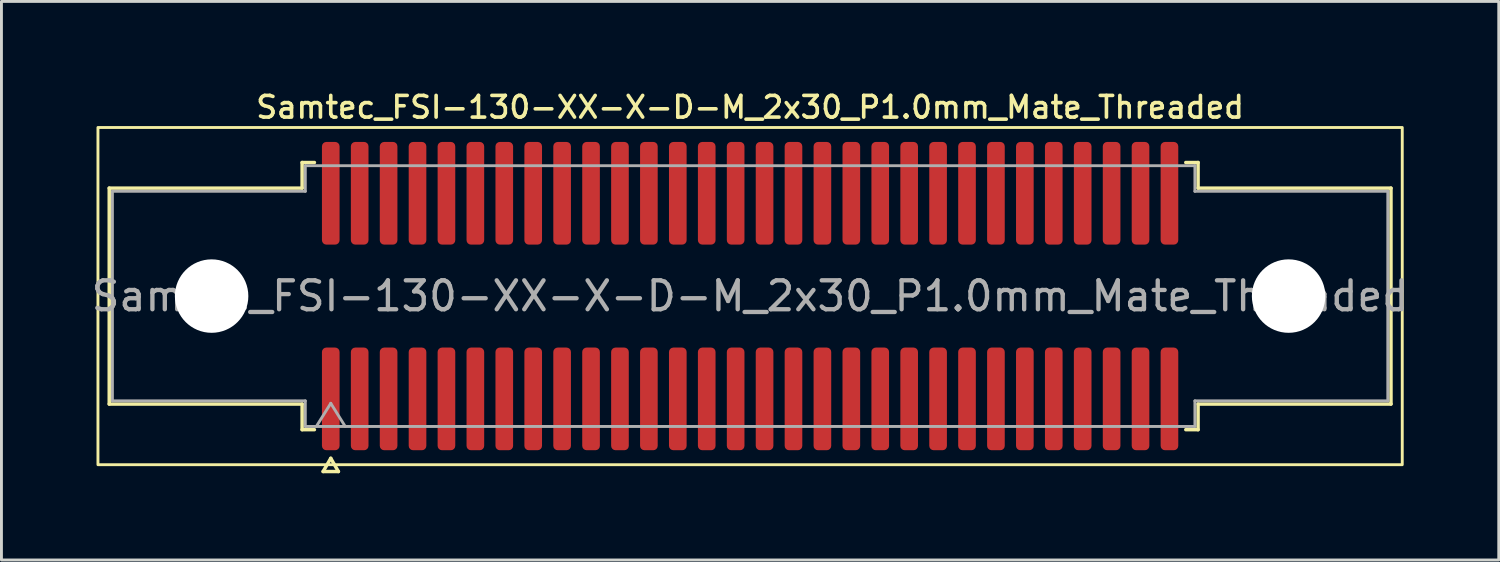
<source format=kicad_pcb>
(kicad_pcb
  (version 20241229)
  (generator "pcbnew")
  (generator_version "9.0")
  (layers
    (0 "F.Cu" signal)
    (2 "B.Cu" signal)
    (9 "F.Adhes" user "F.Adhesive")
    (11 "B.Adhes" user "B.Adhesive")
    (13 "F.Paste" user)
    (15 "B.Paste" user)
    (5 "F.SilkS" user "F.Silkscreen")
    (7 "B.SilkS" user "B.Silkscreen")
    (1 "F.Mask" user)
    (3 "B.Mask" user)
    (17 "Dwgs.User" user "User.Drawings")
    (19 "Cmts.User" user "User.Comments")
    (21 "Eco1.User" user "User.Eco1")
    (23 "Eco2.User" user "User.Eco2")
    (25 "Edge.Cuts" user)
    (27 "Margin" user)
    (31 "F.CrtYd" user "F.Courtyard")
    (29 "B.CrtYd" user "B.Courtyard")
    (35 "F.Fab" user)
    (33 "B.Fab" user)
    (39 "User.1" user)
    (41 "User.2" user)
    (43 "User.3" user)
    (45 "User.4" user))
  (footprint "Samtec_FSI-130-XX-X-D-M_2x30_P1.0mm_Mate_Threaded"
    (layer "F.Cu")
    (at 22.887 7.188)
    (property "Reference" "Samtec_FSI-130-XX-X-D-M_2x30_P1.0mm_Mate_Threaded" (at 0 -6.53 0) (layer "F.SilkS") (effects (font (size 0.75 0.75) (thickness 0.125))))
    (attr exclude_from_pos_files exclude_from_bom)
    (fp_line (start -22.16 -3.733) (end -15.49 -3.733) (stroke (width 0.12) (type solid)) (layer "F.SilkS"))
    (fp_line (start -22.16 3.733) (end -22.16 -3.733) (stroke (width 0.12) (type solid)) (layer "F.SilkS"))
    (fp_line (start -15.49 -4.619) (end -15.065 -4.619) (stroke (width 0.12) (type solid)) (layer "F.SilkS"))
    (fp_line (start -15.49 -3.733) (end -15.49 -4.619) (stroke (width 0.12) (type solid)) (layer "F.SilkS"))
    (fp_line (start -15.49 3.733) (end -22.16 3.733) (stroke (width 0.12) (type solid)) (layer "F.SilkS"))
    (fp_line (start -15.49 4.619) (end -15.49 3.733) (stroke (width 0.12) (type solid)) (layer "F.SilkS"))
    (fp_line (start -15.065 4.619) (end -15.49 4.619) (stroke (width 0.12) (type solid)) (layer "F.SilkS"))
    (fp_line (start -14.764 6.066) (end -14.5 5.609) (stroke (width 0.12) (type solid)) (layer "F.SilkS"))
    (fp_line (start -14.5 5.609) (end -14.236 6.066) (stroke (width 0.12) (type solid)) (layer "F.SilkS"))
    (fp_line (start -14.236 6.066) (end -14.764 6.066) (stroke (width 0.12) (type solid)) (layer "F.SilkS"))
    (fp_line (start 15.065 -4.619) (end 15.49 -4.619) (stroke (width 0.12) (type solid)) (layer "F.SilkS"))
    (fp_line (start 15.49 -4.619) (end 15.49 -3.733) (stroke (width 0.12) (type solid)) (layer "F.SilkS"))
    (fp_line (start 15.49 -3.733) (end 22.16 -3.733) (stroke (width 0.12) (type solid)) (layer "F.SilkS"))
    (fp_line (start 15.49 3.733) (end 15.49 4.619) (stroke (width 0.12) (type solid)) (layer "F.SilkS"))
    (fp_line (start 15.49 4.619) (end 15.065 4.619) (stroke (width 0.12) (type solid)) (layer "F.SilkS"))
    (fp_line (start 22.16 -3.733) (end 22.16 3.733) (stroke (width 0.12) (type solid)) (layer "F.SilkS"))
    (fp_line (start 22.16 3.733) (end 15.49 3.733) (stroke (width 0.12) (type solid)) (layer "F.SilkS"))
    (fp_rect (start -22.55 -5.83) (end 22.55 5.83) (stroke (width 0.1) (type solid)) (fill no) (layer "F.SilkS"))
    (fp_line (start -22.05 -3.623) (end -15.38 -3.623) (stroke (width 0.1) (type solid)) (layer "F.Fab"))
    (fp_line (start -22.05 3.623) (end -22.05 -3.623) (stroke (width 0.1) (type solid)) (layer "F.Fab"))
    (fp_line (start -15.38 -4.508) (end 15.38 -4.508) (stroke (width 0.1) (type solid)) (layer "F.Fab"))
    (fp_line (start -15.38 -3.623) (end -15.38 -4.508) (stroke (width 0.1) (type solid)) (layer "F.Fab"))
    (fp_line (start -15.38 3.623) (end -22.05 3.623) (stroke (width 0.1) (type solid)) (layer "F.Fab"))
    (fp_line (start -15.38 4.508) (end -15.38 3.623) (stroke (width 0.1) (type solid)) (layer "F.Fab"))
    (fp_line (start -15 4.508) (end -14.5 3.708) (stroke (width 0.1) (type solid)) (layer "F.Fab"))
    (fp_line (start -14.5 3.708) (end -14 4.508) (stroke (width 0.1) (type solid)) (layer "F.Fab"))
    (fp_line (start 15.38 -4.508) (end 15.38 -3.623) (stroke (width 0.1) (type solid)) (layer "F.Fab"))
    (fp_line (start 15.38 -3.623) (end 22.05 -3.623) (stroke (width 0.1) (type solid)) (layer "F.Fab"))
    (fp_line (start 15.38 3.623) (end 15.38 4.508) (stroke (width 0.1) (type solid)) (layer "F.Fab"))
    (fp_line (start 15.38 4.508) (end -15.38 4.508) (stroke (width 0.1) (type solid)) (layer "F.Fab"))
    (fp_line (start 22.05 -3.623) (end 22.05 3.623) (stroke (width 0.1) (type solid)) (layer "F.Fab"))
    (fp_line (start 22.05 3.623) (end 15.38 3.623) (stroke (width 0.1) (type solid)) (layer "F.Fab"))
    (fp_text user "${REFERENCE}" (at 0 0 0) (layer "F.Fab") (effects (font (size 1 1) (thickness 0.15))))
    (pad "" np_thru_hole circle (at -18.62 0) (size 2.54 2.54) (drill 2.54) (layers "*.Cu" "*.Mask"))
    (pad "" np_thru_hole circle (at 18.62 0) (size 2.54 2.54) (drill 2.54) (layers "*.Cu" "*.Mask"))
    (pad "1" smd roundrect (at -14.5 3.555) (size 0.61 3.55) (layers "F.Cu" "F.Mask") (roundrect_rratio 0.25))
    (pad "2" smd roundrect (at -14.5 -3.555) (size 0.61 3.55) (layers "F.Cu" "F.Mask") (roundrect_rratio 0.25))
    (pad "3" smd roundrect (at -13.5 3.555) (size 0.61 3.55) (layers "F.Cu" "F.Mask") (roundrect_rratio 0.25))
    (pad "4" smd roundrect (at -13.5 -3.555) (size 0.61 3.55) (layers "F.Cu" "F.Mask") (roundrect_rratio 0.25))
    (pad "5" smd roundrect (at -12.5 3.555) (size 0.61 3.55) (layers "F.Cu" "F.Mask") (roundrect_rratio 0.25))
    (pad "6" smd roundrect (at -12.5 -3.555) (size 0.61 3.55) (layers "F.Cu" "F.Mask") (roundrect_rratio 0.25))
    (pad "7" smd roundrect (at -11.5 3.555) (size 0.61 3.55) (layers "F.Cu" "F.Mask") (roundrect_rratio 0.25))
    (pad "8" smd roundrect (at -11.5 -3.555) (size 0.61 3.55) (layers "F.Cu" "F.Mask") (roundrect_rratio 0.25))
    (pad "9" smd roundrect (at -10.5 3.555) (size 0.61 3.55) (layers "F.Cu" "F.Mask") (roundrect_rratio 0.25))
    (pad "10" smd roundrect (at -10.5 -3.555) (size 0.61 3.55) (layers "F.Cu" "F.Mask") (roundrect_rratio 0.25))
    (pad "11" smd roundrect (at -9.5 3.555) (size 0.61 3.55) (layers "F.Cu" "F.Mask") (roundrect_rratio 0.25))
    (pad "12" smd roundrect (at -9.5 -3.555) (size 0.61 3.55) (layers "F.Cu" "F.Mask") (roundrect_rratio 0.25))
    (pad "13" smd roundrect (at -8.5 3.555) (size 0.61 3.55) (layers "F.Cu" "F.Mask") (roundrect_rratio 0.25))
    (pad "14" smd roundrect (at -8.5 -3.555) (size 0.61 3.55) (layers "F.Cu" "F.Mask") (roundrect_rratio 0.25))
    (pad "15" smd roundrect (at -7.5 3.555) (size 0.61 3.55) (layers "F.Cu" "F.Mask") (roundrect_rratio 0.25))
    (pad "16" smd roundrect (at -7.5 -3.555) (size 0.61 3.55) (layers "F.Cu" "F.Mask") (roundrect_rratio 0.25))
    (pad "17" smd roundrect (at -6.5 3.555) (size 0.61 3.55) (layers "F.Cu" "F.Mask") (roundrect_rratio 0.25))
    (pad "18" smd roundrect (at -6.5 -3.555) (size 0.61 3.55) (layers "F.Cu" "F.Mask") (roundrect_rratio 0.25))
    (pad "19" smd roundrect (at -5.5 3.555) (size 0.61 3.55) (layers "F.Cu" "F.Mask") (roundrect_rratio 0.25))
    (pad "20" smd roundrect (at -5.5 -3.555) (size 0.61 3.55) (layers "F.Cu" "F.Mask") (roundrect_rratio 0.25))
    (pad "21" smd roundrect (at -4.5 3.555) (size 0.61 3.55) (layers "F.Cu" "F.Mask") (roundrect_rratio 0.25))
    (pad "22" smd roundrect (at -4.5 -3.555) (size 0.61 3.55) (layers "F.Cu" "F.Mask") (roundrect_rratio 0.25))
    (pad "23" smd roundrect (at -3.5 3.555) (size 0.61 3.55) (layers "F.Cu" "F.Mask") (roundrect_rratio 0.25))
    (pad "24" smd roundrect (at -3.5 -3.555) (size 0.61 3.55) (layers "F.Cu" "F.Mask") (roundrect_rratio 0.25))
    (pad "25" smd roundrect (at -2.5 3.555) (size 0.61 3.55) (layers "F.Cu" "F.Mask") (roundrect_rratio 0.25))
    (pad "26" smd roundrect (at -2.5 -3.555) (size 0.61 3.55) (layers "F.Cu" "F.Mask") (roundrect_rratio 0.25))
    (pad "27" smd roundrect (at -1.5 3.555) (size 0.61 3.55) (layers "F.Cu" "F.Mask") (roundrect_rratio 0.25))
    (pad "28" smd roundrect (at -1.5 -3.555) (size 0.61 3.55) (layers "F.Cu" "F.Mask") (roundrect_rratio 0.25))
    (pad "29" smd roundrect (at -0.5 3.555) (size 0.61 3.55) (layers "F.Cu" "F.Mask") (roundrect_rratio 0.25))
    (pad "30" smd roundrect (at -0.5 -3.555) (size 0.61 3.55) (layers "F.Cu" "F.Mask") (roundrect_rratio 0.25))
    (pad "31" smd roundrect (at 0.5 3.555) (size 0.61 3.55) (layers "F.Cu" "F.Mask") (roundrect_rratio 0.25))
    (pad "32" smd roundrect (at 0.5 -3.555) (size 0.61 3.55) (layers "F.Cu" "F.Mask") (roundrect_rratio 0.25))
    (pad "33" smd roundrect (at 1.5 3.555) (size 0.61 3.55) (layers "F.Cu" "F.Mask") (roundrect_rratio 0.25))
    (pad "34" smd roundrect (at 1.5 -3.555) (size 0.61 3.55) (layers "F.Cu" "F.Mask") (roundrect_rratio 0.25))
    (pad "35" smd roundrect (at 2.5 3.555) (size 0.61 3.55) (layers "F.Cu" "F.Mask") (roundrect_rratio 0.25))
    (pad "36" smd roundrect (at 2.5 -3.555) (size 0.61 3.55) (layers "F.Cu" "F.Mask") (roundrect_rratio 0.25))
    (pad "37" smd roundrect (at 3.5 3.555) (size 0.61 3.55) (layers "F.Cu" "F.Mask") (roundrect_rratio 0.25))
    (pad "38" smd roundrect (at 3.5 -3.555) (size 0.61 3.55) (layers "F.Cu" "F.Mask") (roundrect_rratio 0.25))
    (pad "39" smd roundrect (at 4.5 3.555) (size 0.61 3.55) (layers "F.Cu" "F.Mask") (roundrect_rratio 0.25))
    (pad "40" smd roundrect (at 4.5 -3.555) (size 0.61 3.55) (layers "F.Cu" "F.Mask") (roundrect_rratio 0.25))
    (pad "41" smd roundrect (at 5.5 3.555) (size 0.61 3.55) (layers "F.Cu" "F.Mask") (roundrect_rratio 0.25))
    (pad "42" smd roundrect (at 5.5 -3.555) (size 0.61 3.55) (layers "F.Cu" "F.Mask") (roundrect_rratio 0.25))
    (pad "43" smd roundrect (at 6.5 3.555) (size 0.61 3.55) (layers "F.Cu" "F.Mask") (roundrect_rratio 0.25))
    (pad "44" smd roundrect (at 6.5 -3.555) (size 0.61 3.55) (layers "F.Cu" "F.Mask") (roundrect_rratio 0.25))
    (pad "45" smd roundrect (at 7.5 3.555) (size 0.61 3.55) (layers "F.Cu" "F.Mask") (roundrect_rratio 0.25))
    (pad "46" smd roundrect (at 7.5 -3.555) (size 0.61 3.55) (layers "F.Cu" "F.Mask") (roundrect_rratio 0.25))
    (pad "47" smd roundrect (at 8.5 3.555) (size 0.61 3.55) (layers "F.Cu" "F.Mask") (roundrect_rratio 0.25))
    (pad "48" smd roundrect (at 8.5 -3.555) (size 0.61 3.55) (layers "F.Cu" "F.Mask") (roundrect_rratio 0.25))
    (pad "49" smd roundrect (at 9.5 3.555) (size 0.61 3.55) (layers "F.Cu" "F.Mask") (roundrect_rratio 0.25))
    (pad "50" smd roundrect (at 9.5 -3.555) (size 0.61 3.55) (layers "F.Cu" "F.Mask") (roundrect_rratio 0.25))
    (pad "51" smd roundrect (at 10.5 3.555) (size 0.61 3.55) (layers "F.Cu" "F.Mask") (roundrect_rratio 0.25))
    (pad "52" smd roundrect (at 10.5 -3.555) (size 0.61 3.55) (layers "F.Cu" "F.Mask") (roundrect_rratio 0.25))
    (pad "53" smd roundrect (at 11.5 3.555) (size 0.61 3.55) (layers "F.Cu" "F.Mask") (roundrect_rratio 0.25))
    (pad "54" smd roundrect (at 11.5 -3.555) (size 0.61 3.55) (layers "F.Cu" "F.Mask") (roundrect_rratio 0.25))
    (pad "55" smd roundrect (at 12.5 3.555) (size 0.61 3.55) (layers "F.Cu" "F.Mask") (roundrect_rratio 0.25))
    (pad "56" smd roundrect (at 12.5 -3.555) (size 0.61 3.55) (layers "F.Cu" "F.Mask") (roundrect_rratio 0.25))
    (pad "57" smd roundrect (at 13.5 3.555) (size 0.61 3.55) (layers "F.Cu" "F.Mask") (roundrect_rratio 0.25))
    (pad "58" smd roundrect (at 13.5 -3.555) (size 0.61 3.55) (layers "F.Cu" "F.Mask") (roundrect_rratio 0.25))
    (pad "59" smd roundrect (at 14.5 3.555) (size 0.61 3.55) (layers "F.Cu" "F.Mask") (roundrect_rratio 0.25))
    (pad "60" smd roundrect (at 14.5 -3.555) (size 0.61 3.55) (layers "F.Cu" "F.Mask") (roundrect_rratio 0.25)))
  (gr_rect
    (start -3 -3)
    (end 48.774 16.314)
    (stroke (width 0.1) (type default))
    (fill no)
    (layer "Edge.Cuts")))
</source>
